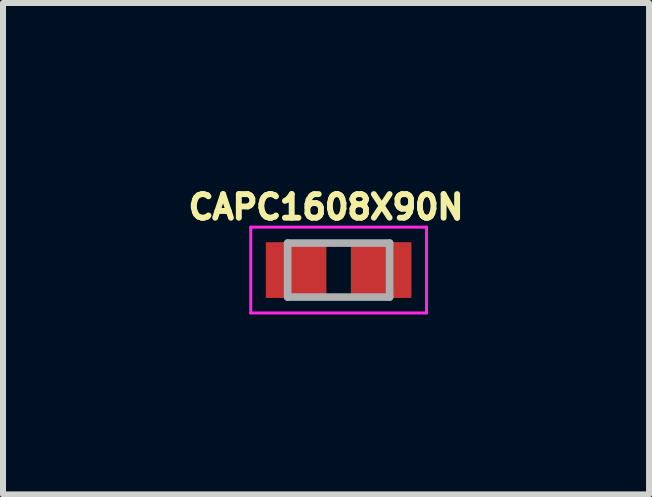
<source format=kicad_pcb>
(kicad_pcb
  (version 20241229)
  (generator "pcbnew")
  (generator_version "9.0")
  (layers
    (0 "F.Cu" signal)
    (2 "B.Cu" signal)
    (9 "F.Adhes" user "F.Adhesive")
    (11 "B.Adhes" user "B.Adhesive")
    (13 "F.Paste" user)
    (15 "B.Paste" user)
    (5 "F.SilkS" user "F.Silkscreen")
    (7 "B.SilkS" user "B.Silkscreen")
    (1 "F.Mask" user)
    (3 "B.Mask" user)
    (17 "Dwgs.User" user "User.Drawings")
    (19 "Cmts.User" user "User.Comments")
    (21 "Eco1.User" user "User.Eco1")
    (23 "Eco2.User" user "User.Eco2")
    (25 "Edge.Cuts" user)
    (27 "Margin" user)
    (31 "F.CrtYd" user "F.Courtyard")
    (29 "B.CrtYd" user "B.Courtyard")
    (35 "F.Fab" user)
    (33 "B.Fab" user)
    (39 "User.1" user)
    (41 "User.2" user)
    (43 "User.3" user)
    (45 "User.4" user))
  (footprint "CAPC1608X90N"
    (layer "F.Cu")
    (at 2.596 1.453)
    (property "Reference" "CAPC1608X90N" (at -0.21 -1.05 0) (layer "F.SilkS") (effects (font (size 0.394 0.394) (thickness 0.15))))
    (attr through_hole)
    (fp_line (start -1.465 -0.715) (end 1.465 -0.715) (stroke (width 0.05) (type solid)) (layer "F.CrtYd"))
    (fp_line (start -1.465 0.715) (end -1.465 -0.715) (stroke (width 0.05) (type solid)) (layer "F.CrtYd"))
    (fp_line (start -1.465 0.715) (end 1.465 0.715) (stroke (width 0.05) (type solid)) (layer "F.CrtYd"))
    (fp_line (start 1.465 0.715) (end 1.465 -0.715) (stroke (width 0.05) (type solid)) (layer "F.CrtYd"))
    (fp_line (start -0.85 0.45) (end -0.85 -0.45) (stroke (width 0.127) (type solid)) (layer "F.Fab"))
    (fp_line (start 0.85 -0.45) (end -0.85 -0.45) (stroke (width 0.127) (type solid)) (layer "F.Fab"))
    (fp_line (start 0.85 0.45) (end -0.85 0.45) (stroke (width 0.127) (type solid)) (layer "F.Fab"))
    (fp_line (start 0.85 0.45) (end 0.85 -0.45) (stroke (width 0.127) (type solid)) (layer "F.Fab"))
    (pad "1" smd rect (at -0.709 0) (size 1.01 0.93) (layers "F.Cu" "F.Mask" "F.Paste"))
    (pad "2" smd rect (at 0.709 0) (size 1.01 0.93) (layers "F.Cu" "F.Mask" "F.Paste")))
  (gr_rect
    (start -3 -3)
    (end 7.772 5.193)
    (stroke (width 0.1) (type default))
    (fill no)
    (layer "Edge.Cuts")))
</source>
